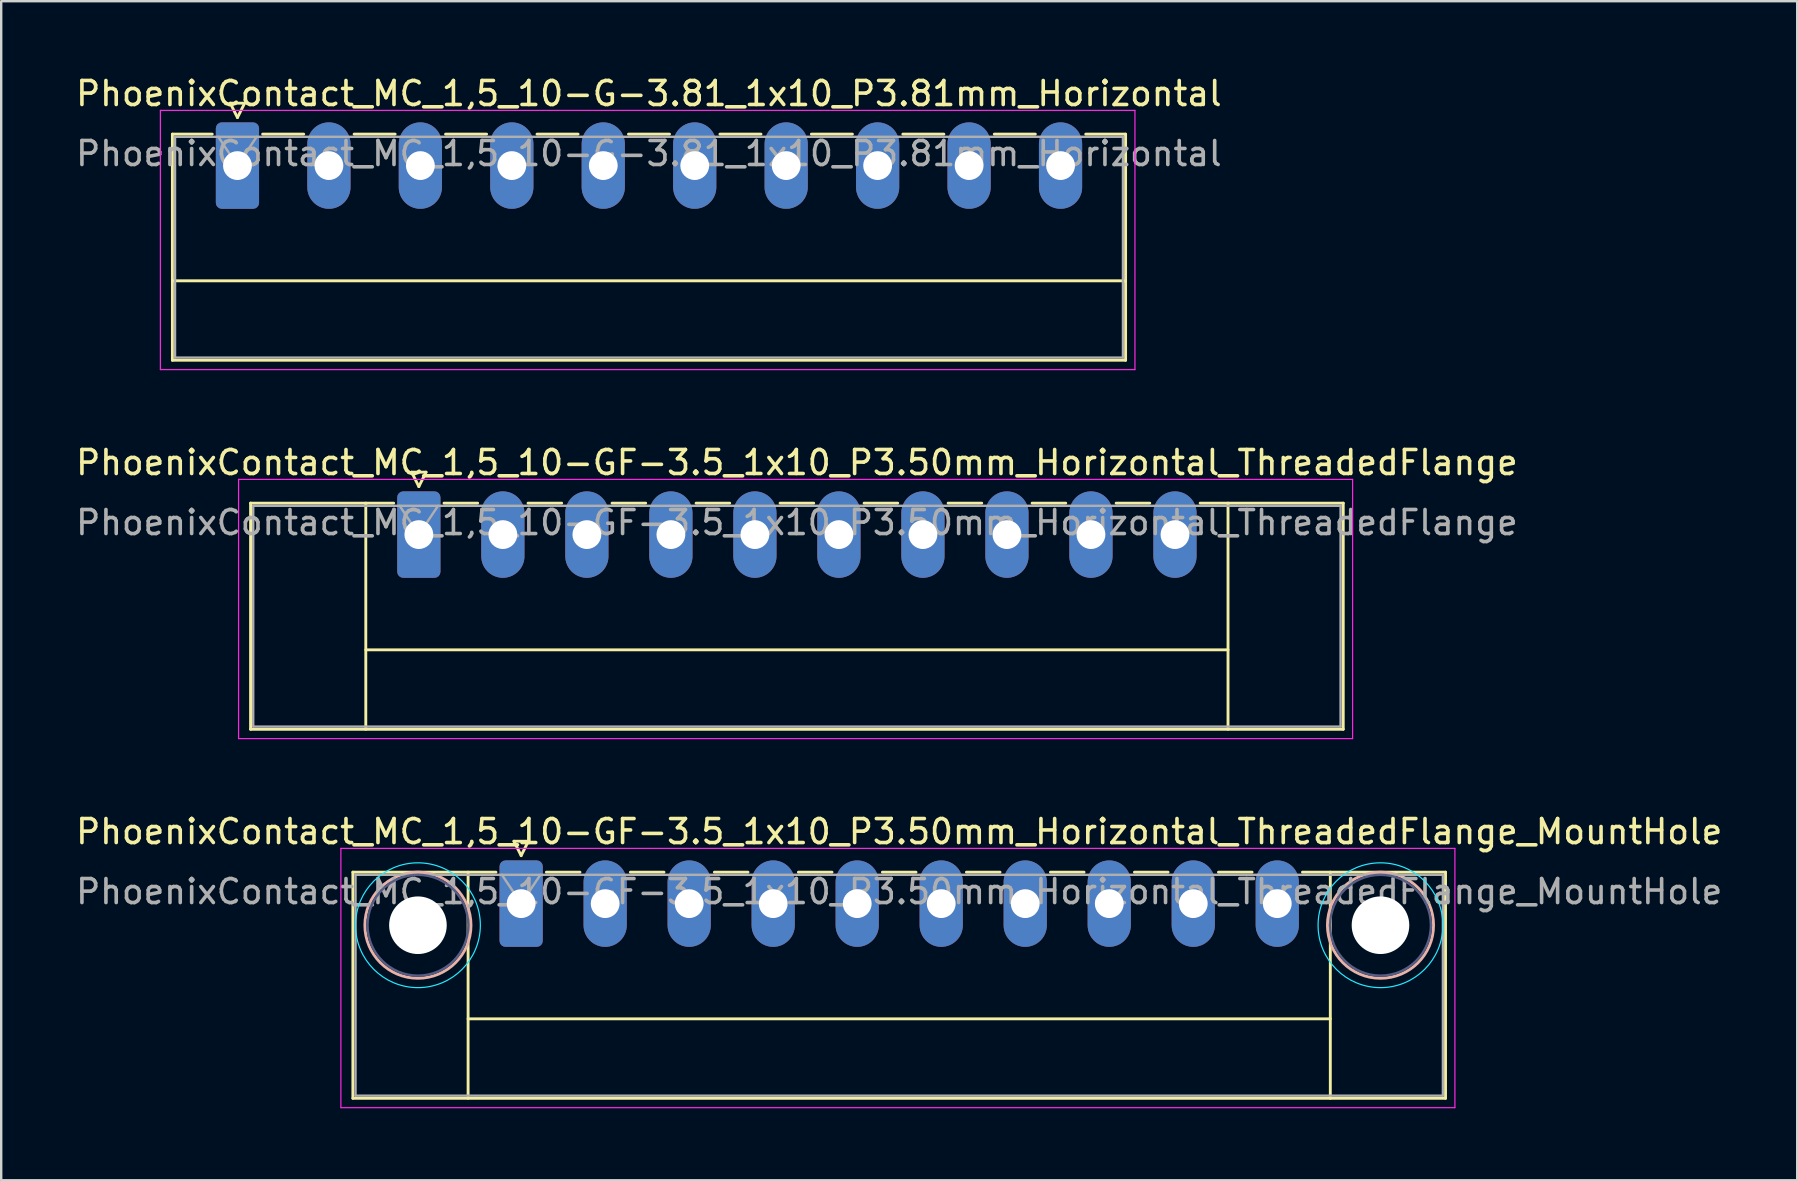
<source format=kicad_pcb>
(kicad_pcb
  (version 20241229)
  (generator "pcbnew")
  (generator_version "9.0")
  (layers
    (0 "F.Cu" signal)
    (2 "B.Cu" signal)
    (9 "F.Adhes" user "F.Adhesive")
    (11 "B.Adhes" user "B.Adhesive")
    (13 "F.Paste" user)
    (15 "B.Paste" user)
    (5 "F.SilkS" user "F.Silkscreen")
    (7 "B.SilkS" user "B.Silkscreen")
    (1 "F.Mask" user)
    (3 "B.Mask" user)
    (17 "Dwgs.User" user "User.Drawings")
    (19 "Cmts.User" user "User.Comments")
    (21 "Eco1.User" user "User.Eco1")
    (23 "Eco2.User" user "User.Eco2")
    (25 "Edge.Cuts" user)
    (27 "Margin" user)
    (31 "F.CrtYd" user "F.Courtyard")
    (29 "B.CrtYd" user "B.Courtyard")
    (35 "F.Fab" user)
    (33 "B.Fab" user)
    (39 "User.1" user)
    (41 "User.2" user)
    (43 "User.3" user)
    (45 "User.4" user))
  (footprint "PhoenixContact_MC_1,5_10-G-3.81_1x10_P3.81mm_Horizontal"
    (layer "F.Cu")
    (at 6.842 3.848)
    (property "Reference" "PhoenixContact_MC_1,5_10-G-3.81_1x10_P3.81mm_Horizontal" (at 17.14 -3 0) (layer "F.SilkS") (effects (font (size 1 1) (thickness 0.15))))
    (attr through_hole)
    (fp_line (start -2.71 -1.31) (end -2.71 8.11) (stroke (width 0.12) (type solid)) (layer "F.SilkS"))
    (fp_line (start -2.71 -1.31) (end -1.05 -1.31) (stroke (width 0.12) (type solid)) (layer "F.SilkS"))
    (fp_line (start -2.71 4.8) (end 37 4.8) (stroke (width 0.12) (type solid)) (layer "F.SilkS"))
    (fp_line (start -2.71 8.11) (end 37 8.11) (stroke (width 0.12) (type solid)) (layer "F.SilkS"))
    (fp_line (start -0.3 -2.6) (end 0.3 -2.6) (stroke (width 0.12) (type solid)) (layer "F.SilkS"))
    (fp_line (start 0 -2) (end -0.3 -2.6) (stroke (width 0.12) (type solid)) (layer "F.SilkS"))
    (fp_line (start 0.3 -2.6) (end 0 -2) (stroke (width 0.12) (type solid)) (layer "F.SilkS"))
    (fp_line (start 1.05 -1.31) (end 2.76 -1.31) (stroke (width 0.12) (type solid)) (layer "F.SilkS"))
    (fp_line (start 4.86 -1.31) (end 6.57 -1.31) (stroke (width 0.12) (type solid)) (layer "F.SilkS"))
    (fp_line (start 8.67 -1.31) (end 10.38 -1.31) (stroke (width 0.12) (type solid)) (layer "F.SilkS"))
    (fp_line (start 12.48 -1.31) (end 14.19 -1.31) (stroke (width 0.12) (type solid)) (layer "F.SilkS"))
    (fp_line (start 16.29 -1.31) (end 18 -1.31) (stroke (width 0.12) (type solid)) (layer "F.SilkS"))
    (fp_line (start 20.1 -1.31) (end 21.81 -1.31) (stroke (width 0.12) (type solid)) (layer "F.SilkS"))
    (fp_line (start 23.91 -1.31) (end 25.62 -1.31) (stroke (width 0.12) (type solid)) (layer "F.SilkS"))
    (fp_line (start 27.72 -1.31) (end 29.43 -1.31) (stroke (width 0.12) (type solid)) (layer "F.SilkS"))
    (fp_line (start 31.53 -1.31) (end 33.24 -1.31) (stroke (width 0.12) (type solid)) (layer "F.SilkS"))
    (fp_line (start 37 -1.31) (end 35.34 -1.31) (stroke (width 0.12) (type solid)) (layer "F.SilkS"))
    (fp_line (start 37 8.11) (end 37 -1.31) (stroke (width 0.12) (type solid)) (layer "F.SilkS"))
    (fp_line (start -3.21 -2.3) (end -3.21 8.5) (stroke (width 0.05) (type solid)) (layer "F.CrtYd"))
    (fp_line (start -3.21 8.5) (end 37.39 8.5) (stroke (width 0.05) (type solid)) (layer "F.CrtYd"))
    (fp_line (start 37.39 -2.3) (end -3.21 -2.3) (stroke (width 0.05) (type solid)) (layer "F.CrtYd"))
    (fp_line (start 37.39 8.5) (end 37.39 -2.3) (stroke (width 0.05) (type solid)) (layer "F.CrtYd"))
    (fp_line (start -2.6 -1.2) (end -2.6 8) (stroke (width 0.1) (type solid)) (layer "F.Fab"))
    (fp_line (start -2.6 8) (end 36.89 8) (stroke (width 0.1) (type solid)) (layer "F.Fab"))
    (fp_line (start 0 0) (end -0.8 -1.2) (stroke (width 0.1) (type solid)) (layer "F.Fab"))
    (fp_line (start 0.8 -1.2) (end 0 0) (stroke (width 0.1) (type solid)) (layer "F.Fab"))
    (fp_line (start 36.89 -1.2) (end -2.6 -1.2) (stroke (width 0.1) (type solid)) (layer "F.Fab"))
    (fp_line (start 36.89 8) (end 36.89 -1.2) (stroke (width 0.1) (type solid)) (layer "F.Fab"))
    (fp_text user "${REFERENCE}" (at 17.14 -0.5 0) (layer "F.Fab") (effects (font (size 1 1) (thickness 0.15))))
    (pad "1" thru_hole roundrect (at 0 0) (size 1.8 3.6) (drill 1.2) (layers "*.Cu" "*.Mask") (roundrect_rratio 0.139))
    (pad "2" thru_hole oval (at 3.81 0) (size 1.8 3.6) (drill 1.2) (layers "*.Cu" "*.Mask"))
    (pad "3" thru_hole oval (at 7.62 0) (size 1.8 3.6) (drill 1.2) (layers "*.Cu" "*.Mask"))
    (pad "4" thru_hole oval (at 11.43 0) (size 1.8 3.6) (drill 1.2) (layers "*.Cu" "*.Mask"))
    (pad "5" thru_hole oval (at 15.24 0) (size 1.8 3.6) (drill 1.2) (layers "*.Cu" "*.Mask"))
    (pad "6" thru_hole oval (at 19.05 0) (size 1.8 3.6) (drill 1.2) (layers "*.Cu" "*.Mask"))
    (pad "7" thru_hole oval (at 22.86 0) (size 1.8 3.6) (drill 1.2) (layers "*.Cu" "*.Mask"))
    (pad "8" thru_hole oval (at 26.67 0) (size 1.8 3.6) (drill 1.2) (layers "*.Cu" "*.Mask"))
    (pad "9" thru_hole oval (at 30.48 0) (size 1.8 3.6) (drill 1.2) (layers "*.Cu" "*.Mask"))
    (pad "10" thru_hole oval (at 34.29 0) (size 1.8 3.6) (drill 1.2) (layers "*.Cu" "*.Mask")))
  (footprint "PhoenixContact_MC_1,5_10-GF-3.5_1x10_P3.50mm_Horizontal_ThreadedFlange_MountHole"
    (layer "F.Cu")
    (at 18.661 34.595)
    (property "Reference" "PhoenixContact_MC_1,5_10-GF-3.5_1x10_P3.50mm_Horizontal_ThreadedFlange_MountHole" (at 15.75 -3 0) (layer "F.SilkS") (effects (font (size 1 1) (thickness 0.15))))
    (attr through_hole)
    (fp_line (start -7.01 -1.31) (end -7.01 8.11) (stroke (width 0.12) (type solid)) (layer "F.SilkS"))
    (fp_line (start -7.01 -1.31) (end -1.05 -1.31) (stroke (width 0.12) (type solid)) (layer "F.SilkS"))
    (fp_line (start -7.01 8.11) (end 38.51 8.11) (stroke (width 0.12) (type solid)) (layer "F.SilkS"))
    (fp_line (start -2.21 -1.31) (end -2.21 8.11) (stroke (width 0.12) (type solid)) (layer "F.SilkS"))
    (fp_line (start -2.21 4.8) (end 33.71 4.8) (stroke (width 0.12) (type solid)) (layer "F.SilkS"))
    (fp_line (start -0.3 -2.6) (end 0.3 -2.6) (stroke (width 0.12) (type solid)) (layer "F.SilkS"))
    (fp_line (start 0 -2) (end -0.3 -2.6) (stroke (width 0.12) (type solid)) (layer "F.SilkS"))
    (fp_line (start 0.3 -2.6) (end 0 -2) (stroke (width 0.12) (type solid)) (layer "F.SilkS"))
    (fp_line (start 1.05 -1.31) (end 2.45 -1.31) (stroke (width 0.12) (type solid)) (layer "F.SilkS"))
    (fp_line (start 4.55 -1.31) (end 5.95 -1.31) (stroke (width 0.12) (type solid)) (layer "F.SilkS"))
    (fp_line (start 8.05 -1.31) (end 9.45 -1.31) (stroke (width 0.12) (type solid)) (layer "F.SilkS"))
    (fp_line (start 11.55 -1.31) (end 12.95 -1.31) (stroke (width 0.12) (type solid)) (layer "F.SilkS"))
    (fp_line (start 15.05 -1.31) (end 16.45 -1.31) (stroke (width 0.12) (type solid)) (layer "F.SilkS"))
    (fp_line (start 18.55 -1.31) (end 19.95 -1.31) (stroke (width 0.12) (type solid)) (layer "F.SilkS"))
    (fp_line (start 22.05 -1.31) (end 23.45 -1.31) (stroke (width 0.12) (type solid)) (layer "F.SilkS"))
    (fp_line (start 25.55 -1.31) (end 26.95 -1.31) (stroke (width 0.12) (type solid)) (layer "F.SilkS"))
    (fp_line (start 29.05 -1.31) (end 30.45 -1.31) (stroke (width 0.12) (type solid)) (layer "F.SilkS"))
    (fp_line (start 33.71 -1.31) (end 33.71 8.11) (stroke (width 0.12) (type solid)) (layer "F.SilkS"))
    (fp_line (start 38.51 -1.31) (end 32.55 -1.31) (stroke (width 0.12) (type solid)) (layer "F.SilkS"))
    (fp_line (start 38.51 8.11) (end 38.51 -1.31) (stroke (width 0.12) (type solid)) (layer "F.SilkS"))
    (fp_circle (center -4.3 0.9) (end -2.09 0.9) (stroke (width 0.12) (type solid)) (fill no) (layer "B.SilkS"))
    (fp_circle (center 35.8 0.9) (end 38.01 0.9) (stroke (width 0.12) (type solid)) (fill no) (layer "B.SilkS"))
    (fp_circle (center -4.3 0.9) (end -1.7 0.9) (stroke (width 0.05) (type solid)) (fill no) (layer "B.CrtYd"))
    (fp_circle (center 35.8 0.9) (end 38.4 0.9) (stroke (width 0.05) (type solid)) (fill no) (layer "B.CrtYd"))
    (fp_line (start -7.51 -2.3) (end -7.51 8.5) (stroke (width 0.05) (type solid)) (layer "F.CrtYd"))
    (fp_line (start -7.51 8.5) (end 38.9 8.5) (stroke (width 0.05) (type solid)) (layer "F.CrtYd"))
    (fp_line (start 38.9 -2.3) (end -7.51 -2.3) (stroke (width 0.05) (type solid)) (layer "F.CrtYd"))
    (fp_line (start 38.9 8.5) (end 38.9 -2.3) (stroke (width 0.05) (type solid)) (layer "F.CrtYd"))
    (fp_circle (center -4.3 0.9) (end -2.2 0.9) (stroke (width 0.1) (type solid)) (fill no) (layer "B.Fab"))
    (fp_circle (center 35.8 0.9) (end 37.9 0.9) (stroke (width 0.1) (type solid)) (fill no) (layer "B.Fab"))
    (fp_line (start -6.9 -1.2) (end -6.9 8) (stroke (width 0.1) (type solid)) (layer "F.Fab"))
    (fp_line (start -6.9 8) (end 38.4 8) (stroke (width 0.1) (type solid)) (layer "F.Fab"))
    (fp_line (start 0 0) (end -0.8 -1.2) (stroke (width 0.1) (type solid)) (layer "F.Fab"))
    (fp_line (start 0.8 -1.2) (end 0 0) (stroke (width 0.1) (type solid)) (layer "F.Fab"))
    (fp_line (start 38.4 -1.2) (end -6.9 -1.2) (stroke (width 0.1) (type solid)) (layer "F.Fab"))
    (fp_line (start 38.4 8) (end 38.4 -1.2) (stroke (width 0.1) (type solid)) (layer "F.Fab"))
    (fp_text user "${REFERENCE}" (at 15.75 -0.5 0) (layer "F.Fab") (effects (font (size 1 1) (thickness 0.15))))
    (pad "" np_thru_hole circle (at -4.3 0.9) (size 2.4 2.4) (drill 2.4) (layers "*.Cu" "*.Mask"))
    (pad "" np_thru_hole circle (at 35.8 0.9) (size 2.4 2.4) (drill 2.4) (layers "*.Cu" "*.Mask"))
    (pad "1" thru_hole roundrect (at 0 0) (size 1.8 3.6) (drill 1.2) (layers "*.Cu" "*.Mask") (roundrect_rratio 0.139))
    (pad "2" thru_hole oval (at 3.5 0) (size 1.8 3.6) (drill 1.2) (layers "*.Cu" "*.Mask"))
    (pad "3" thru_hole oval (at 7 0) (size 1.8 3.6) (drill 1.2) (layers "*.Cu" "*.Mask"))
    (pad "4" thru_hole oval (at 10.5 0) (size 1.8 3.6) (drill 1.2) (layers "*.Cu" "*.Mask"))
    (pad "5" thru_hole oval (at 14 0) (size 1.8 3.6) (drill 1.2) (layers "*.Cu" "*.Mask"))
    (pad "6" thru_hole oval (at 17.5 0) (size 1.8 3.6) (drill 1.2) (layers "*.Cu" "*.Mask"))
    (pad "7" thru_hole oval (at 21 0) (size 1.8 3.6) (drill 1.2) (layers "*.Cu" "*.Mask"))
    (pad "8" thru_hole oval (at 24.5 0) (size 1.8 3.6) (drill 1.2) (layers "*.Cu" "*.Mask"))
    (pad "9" thru_hole oval (at 28 0) (size 1.8 3.6) (drill 1.2) (layers "*.Cu" "*.Mask"))
    (pad "10" thru_hole oval (at 31.5 0) (size 1.8 3.6) (drill 1.2) (layers "*.Cu" "*.Mask")))
  (footprint "PhoenixContact_MC_1,5_10-GF-3.5_1x10_P3.50mm_Horizontal_ThreadedFlange"
    (layer "F.Cu")
    (at 14.399 19.221)
    (property "Reference" "PhoenixContact_MC_1,5_10-GF-3.5_1x10_P3.50mm_Horizontal_ThreadedFlange" (at 15.75 -3 0) (layer "F.SilkS") (effects (font (size 1 1) (thickness 0.15))))
    (attr through_hole)
    (fp_line (start -7.01 -1.31) (end -7.01 8.11) (stroke (width 0.12) (type solid)) (layer "F.SilkS"))
    (fp_line (start -7.01 -1.31) (end -1.05 -1.31) (stroke (width 0.12) (type solid)) (layer "F.SilkS"))
    (fp_line (start -7.01 8.11) (end 38.51 8.11) (stroke (width 0.12) (type solid)) (layer "F.SilkS"))
    (fp_line (start -2.21 -1.31) (end -2.21 8.11) (stroke (width 0.12) (type solid)) (layer "F.SilkS"))
    (fp_line (start -2.21 4.8) (end 33.71 4.8) (stroke (width 0.12) (type solid)) (layer "F.SilkS"))
    (fp_line (start -0.3 -2.6) (end 0.3 -2.6) (stroke (width 0.12) (type solid)) (layer "F.SilkS"))
    (fp_line (start 0 -2) (end -0.3 -2.6) (stroke (width 0.12) (type solid)) (layer "F.SilkS"))
    (fp_line (start 0.3 -2.6) (end 0 -2) (stroke (width 0.12) (type solid)) (layer "F.SilkS"))
    (fp_line (start 1.05 -1.31) (end 2.45 -1.31) (stroke (width 0.12) (type solid)) (layer "F.SilkS"))
    (fp_line (start 4.55 -1.31) (end 5.95 -1.31) (stroke (width 0.12) (type solid)) (layer "F.SilkS"))
    (fp_line (start 8.05 -1.31) (end 9.45 -1.31) (stroke (width 0.12) (type solid)) (layer "F.SilkS"))
    (fp_line (start 11.55 -1.31) (end 12.95 -1.31) (stroke (width 0.12) (type solid)) (layer "F.SilkS"))
    (fp_line (start 15.05 -1.31) (end 16.45 -1.31) (stroke (width 0.12) (type solid)) (layer "F.SilkS"))
    (fp_line (start 18.55 -1.31) (end 19.95 -1.31) (stroke (width 0.12) (type solid)) (layer "F.SilkS"))
    (fp_line (start 22.05 -1.31) (end 23.45 -1.31) (stroke (width 0.12) (type solid)) (layer "F.SilkS"))
    (fp_line (start 25.55 -1.31) (end 26.95 -1.31) (stroke (width 0.12) (type solid)) (layer "F.SilkS"))
    (fp_line (start 29.05 -1.31) (end 30.45 -1.31) (stroke (width 0.12) (type solid)) (layer "F.SilkS"))
    (fp_line (start 33.71 -1.31) (end 33.71 8.11) (stroke (width 0.12) (type solid)) (layer "F.SilkS"))
    (fp_line (start 38.51 -1.31) (end 32.55 -1.31) (stroke (width 0.12) (type solid)) (layer "F.SilkS"))
    (fp_line (start 38.51 8.11) (end 38.51 -1.31) (stroke (width 0.12) (type solid)) (layer "F.SilkS"))
    (fp_line (start -7.51 -2.3) (end -7.51 8.5) (stroke (width 0.05) (type solid)) (layer "F.CrtYd"))
    (fp_line (start -7.51 8.5) (end 38.9 8.5) (stroke (width 0.05) (type solid)) (layer "F.CrtYd"))
    (fp_line (start 38.9 -2.3) (end -7.51 -2.3) (stroke (width 0.05) (type solid)) (layer "F.CrtYd"))
    (fp_line (start 38.9 8.5) (end 38.9 -2.3) (stroke (width 0.05) (type solid)) (layer "F.CrtYd"))
    (fp_line (start -6.9 -1.2) (end -6.9 8) (stroke (width 0.1) (type solid)) (layer "F.Fab"))
    (fp_line (start -6.9 8) (end 38.4 8) (stroke (width 0.1) (type solid)) (layer "F.Fab"))
    (fp_line (start 0 0) (end -0.8 -1.2) (stroke (width 0.1) (type solid)) (layer "F.Fab"))
    (fp_line (start 0.8 -1.2) (end 0 0) (stroke (width 0.1) (type solid)) (layer "F.Fab"))
    (fp_line (start 38.4 -1.2) (end -6.9 -1.2) (stroke (width 0.1) (type solid)) (layer "F.Fab"))
    (fp_line (start 38.4 8) (end 38.4 -1.2) (stroke (width 0.1) (type solid)) (layer "F.Fab"))
    (fp_text user "${REFERENCE}" (at 15.75 -0.5 0) (layer "F.Fab") (effects (font (size 1 1) (thickness 0.15))))
    (pad "1" thru_hole roundrect (at 0 0) (size 1.8 3.6) (drill 1.2) (layers "*.Cu" "*.Mask") (roundrect_rratio 0.139))
    (pad "2" thru_hole oval (at 3.5 0) (size 1.8 3.6) (drill 1.2) (layers "*.Cu" "*.Mask"))
    (pad "3" thru_hole oval (at 7 0) (size 1.8 3.6) (drill 1.2) (layers "*.Cu" "*.Mask"))
    (pad "4" thru_hole oval (at 10.5 0) (size 1.8 3.6) (drill 1.2) (layers "*.Cu" "*.Mask"))
    (pad "5" thru_hole oval (at 14 0) (size 1.8 3.6) (drill 1.2) (layers "*.Cu" "*.Mask"))
    (pad "6" thru_hole oval (at 17.5 0) (size 1.8 3.6) (drill 1.2) (layers "*.Cu" "*.Mask"))
    (pad "7" thru_hole oval (at 21 0) (size 1.8 3.6) (drill 1.2) (layers "*.Cu" "*.Mask"))
    (pad "8" thru_hole oval (at 24.5 0) (size 1.8 3.6) (drill 1.2) (layers "*.Cu" "*.Mask"))
    (pad "9" thru_hole oval (at 28 0) (size 1.8 3.6) (drill 1.2) (layers "*.Cu" "*.Mask"))
    (pad "10" thru_hole oval (at 31.5 0) (size 1.8 3.6) (drill 1.2) (layers "*.Cu" "*.Mask")))
  (gr_rect
    (start -3 -3)
    (end 71.821 46.12)
    (stroke (width 0.1) (type default))
    (fill no)
    (layer "Edge.Cuts")))
</source>
